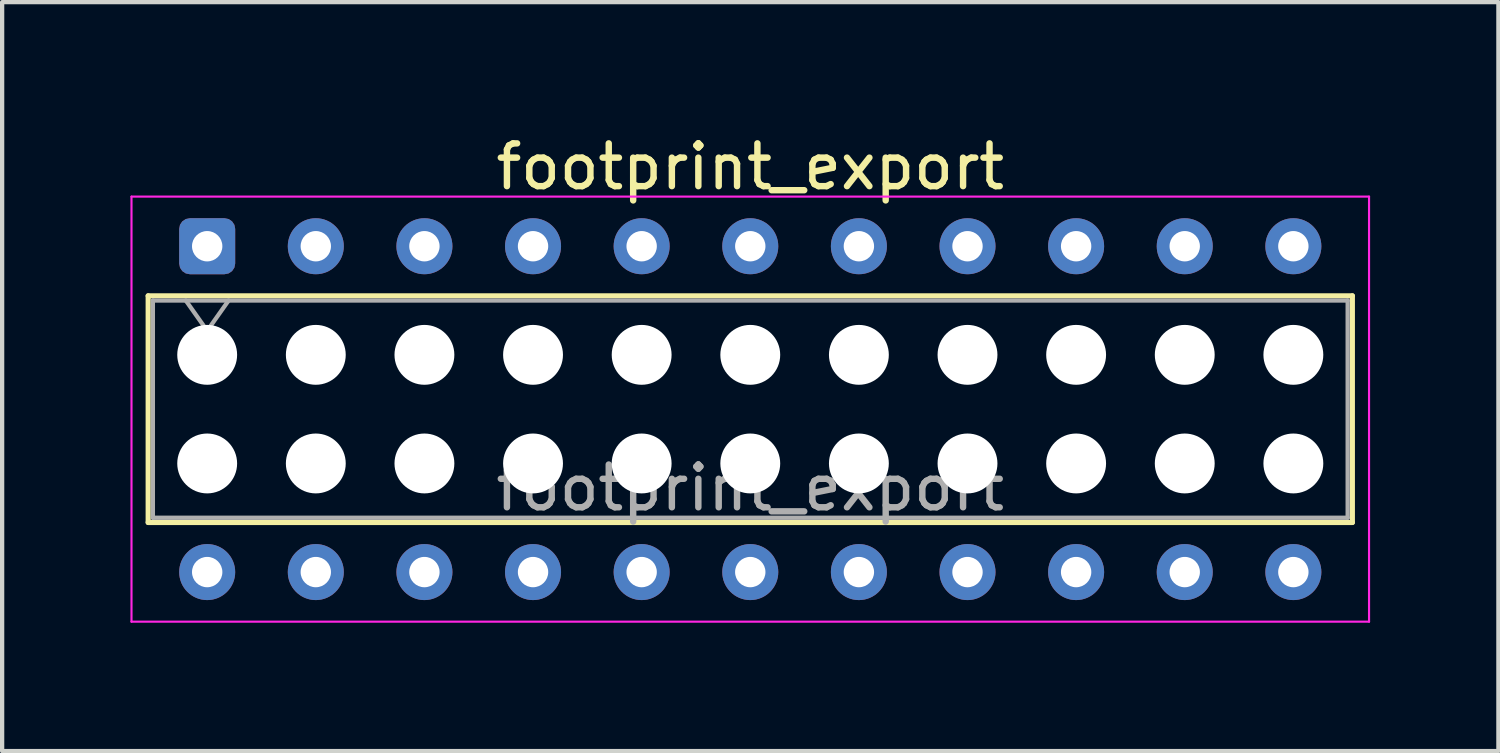
<source format=kicad_pcb>
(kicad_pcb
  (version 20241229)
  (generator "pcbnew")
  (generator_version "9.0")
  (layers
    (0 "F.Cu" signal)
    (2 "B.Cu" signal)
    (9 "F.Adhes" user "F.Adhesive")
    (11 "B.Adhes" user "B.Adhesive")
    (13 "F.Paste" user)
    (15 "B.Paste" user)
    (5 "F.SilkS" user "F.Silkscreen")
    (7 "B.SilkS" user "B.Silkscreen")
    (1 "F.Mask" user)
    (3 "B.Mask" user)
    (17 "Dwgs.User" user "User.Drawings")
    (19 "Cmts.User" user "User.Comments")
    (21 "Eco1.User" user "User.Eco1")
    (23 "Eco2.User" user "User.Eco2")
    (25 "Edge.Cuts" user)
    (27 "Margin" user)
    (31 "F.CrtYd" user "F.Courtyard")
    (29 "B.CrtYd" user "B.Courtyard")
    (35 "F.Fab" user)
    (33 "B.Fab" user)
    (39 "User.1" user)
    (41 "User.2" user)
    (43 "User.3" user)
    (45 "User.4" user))
  (footprint "footprint_export"
    (layer "F.Cu")
    (at 1.795 2.708)
    (property "Reference" "footprint_export" (at 12.7 -1.86 0) (layer "F.SilkS") (effects (font (size 1 1) (thickness 0.15))))
    (attr through_hole)
    (fp_line (start -1.38 1.16) (end 26.78 1.16) (stroke (width 0.12) (type solid)) (layer "F.SilkS"))
    (fp_line (start -1.38 6.46) (end -1.38 1.16) (stroke (width 0.12) (type solid)) (layer "F.SilkS"))
    (fp_line (start 26.78 1.16) (end 26.78 6.46) (stroke (width 0.12) (type solid)) (layer "F.SilkS"))
    (fp_line (start 26.78 6.46) (end -1.38 6.46) (stroke (width 0.12) (type solid)) (layer "F.SilkS"))
    (fp_line (start -1.77 -1.16) (end 27.17 -1.16) (stroke (width 0.05) (type solid)) (layer "F.CrtYd"))
    (fp_line (start -1.77 8.78) (end -1.77 -1.16) (stroke (width 0.05) (type solid)) (layer "F.CrtYd"))
    (fp_line (start 27.17 -1.16) (end 27.17 8.78) (stroke (width 0.05) (type solid)) (layer "F.CrtYd"))
    (fp_line (start 27.17 8.78) (end -1.77 8.78) (stroke (width 0.05) (type solid)) (layer "F.CrtYd"))
    (fp_line (start -1.27 1.27) (end 26.67 1.27) (stroke (width 0.1) (type solid)) (layer "F.Fab"))
    (fp_line (start -1.27 6.35) (end -1.27 1.27) (stroke (width 0.1) (type solid)) (layer "F.Fab"))
    (fp_line (start -0.5 1.27) (end 0 1.977) (stroke (width 0.1) (type solid)) (layer "F.Fab"))
    (fp_line (start 0 1.977) (end 0.5 1.27) (stroke (width 0.1) (type solid)) (layer "F.Fab"))
    (fp_line (start 26.67 1.27) (end 26.67 6.35) (stroke (width 0.1) (type solid)) (layer "F.Fab"))
    (fp_line (start 26.67 6.35) (end -1.27 6.35) (stroke (width 0.1) (type solid)) (layer "F.Fab"))
    (fp_text user "${REFERENCE}" (at 12.7 5.65 0) (layer "F.Fab") (effects (font (size 1 1) (thickness 0.15))))
    (pad "" np_thru_hole circle (at 0 2.54) (size 1.4 1.4) (drill 1.4) (layers "*.Cu" "*.Mask"))
    (pad "" np_thru_hole circle (at 0 5.08) (size 1.4 1.4) (drill 1.4) (layers "*.Cu" "*.Mask"))
    (pad "" np_thru_hole circle (at 2.54 2.54) (size 1.4 1.4) (drill 1.4) (layers "*.Cu" "*.Mask"))
    (pad "" np_thru_hole circle (at 2.54 5.08) (size 1.4 1.4) (drill 1.4) (layers "*.Cu" "*.Mask"))
    (pad "" np_thru_hole circle (at 5.08 2.54) (size 1.4 1.4) (drill 1.4) (layers "*.Cu" "*.Mask"))
    (pad "" np_thru_hole circle (at 5.08 5.08) (size 1.4 1.4) (drill 1.4) (layers "*.Cu" "*.Mask"))
    (pad "" np_thru_hole circle (at 7.62 2.54) (size 1.4 1.4) (drill 1.4) (layers "*.Cu" "*.Mask"))
    (pad "" np_thru_hole circle (at 7.62 5.08) (size 1.4 1.4) (drill 1.4) (layers "*.Cu" "*.Mask"))
    (pad "" np_thru_hole circle (at 10.16 2.54) (size 1.4 1.4) (drill 1.4) (layers "*.Cu" "*.Mask"))
    (pad "" np_thru_hole circle (at 10.16 5.08) (size 1.4 1.4) (drill 1.4) (layers "*.Cu" "*.Mask"))
    (pad "" np_thru_hole circle (at 12.7 2.54) (size 1.4 1.4) (drill 1.4) (layers "*.Cu" "*.Mask"))
    (pad "" np_thru_hole circle (at 12.7 5.08) (size 1.4 1.4) (drill 1.4) (layers "*.Cu" "*.Mask"))
    (pad "" np_thru_hole circle (at 15.24 2.54) (size 1.4 1.4) (drill 1.4) (layers "*.Cu" "*.Mask"))
    (pad "" np_thru_hole circle (at 15.24 5.08) (size 1.4 1.4) (drill 1.4) (layers "*.Cu" "*.Mask"))
    (pad "" np_thru_hole circle (at 17.78 2.54) (size 1.4 1.4) (drill 1.4) (layers "*.Cu" "*.Mask"))
    (pad "" np_thru_hole circle (at 17.78 5.08) (size 1.4 1.4) (drill 1.4) (layers "*.Cu" "*.Mask"))
    (pad "" np_thru_hole circle (at 20.32 2.54) (size 1.4 1.4) (drill 1.4) (layers "*.Cu" "*.Mask"))
    (pad "" np_thru_hole circle (at 20.32 5.08) (size 1.4 1.4) (drill 1.4) (layers "*.Cu" "*.Mask"))
    (pad "" np_thru_hole circle (at 22.86 2.54) (size 1.4 1.4) (drill 1.4) (layers "*.Cu" "*.Mask"))
    (pad "" np_thru_hole circle (at 22.86 5.08) (size 1.4 1.4) (drill 1.4) (layers "*.Cu" "*.Mask"))
    (pad "" np_thru_hole circle (at 25.4 2.54) (size 1.4 1.4) (drill 1.4) (layers "*.Cu" "*.Mask"))
    (pad "" np_thru_hole circle (at 25.4 5.08) (size 1.4 1.4) (drill 1.4) (layers "*.Cu" "*.Mask"))
    (pad "1" thru_hole roundrect (at 0 0) (size 1.31 1.31) (drill 0.71) (layers "*.Cu" "*.Mask") (roundrect_rratio 0.191))
    (pad "2" thru_hole circle (at 0 7.62) (size 1.31 1.31) (drill 0.71) (layers "*.Cu" "*.Mask"))
    (pad "3" thru_hole circle (at 2.54 0) (size 1.31 1.31) (drill 0.71) (layers "*.Cu" "*.Mask"))
    (pad "4" thru_hole circle (at 2.54 7.62) (size 1.31 1.31) (drill 0.71) (layers "*.Cu" "*.Mask"))
    (pad "5" thru_hole circle (at 5.08 0) (size 1.31 1.31) (drill 0.71) (layers "*.Cu" "*.Mask"))
    (pad "6" thru_hole circle (at 5.08 7.62) (size 1.31 1.31) (drill 0.71) (layers "*.Cu" "*.Mask"))
    (pad "7" thru_hole circle (at 7.62 0) (size 1.31 1.31) (drill 0.71) (layers "*.Cu" "*.Mask"))
    (pad "8" thru_hole circle (at 7.62 7.62) (size 1.31 1.31) (drill 0.71) (layers "*.Cu" "*.Mask"))
    (pad "9" thru_hole circle (at 10.16 0) (size 1.31 1.31) (drill 0.71) (layers "*.Cu" "*.Mask"))
    (pad "10" thru_hole circle (at 10.16 7.62) (size 1.31 1.31) (drill 0.71) (layers "*.Cu" "*.Mask"))
    (pad "11" thru_hole circle (at 12.7 0) (size 1.31 1.31) (drill 0.71) (layers "*.Cu" "*.Mask"))
    (pad "12" thru_hole circle (at 12.7 7.62) (size 1.31 1.31) (drill 0.71) (layers "*.Cu" "*.Mask"))
    (pad "13" thru_hole circle (at 15.24 0) (size 1.31 1.31) (drill 0.71) (layers "*.Cu" "*.Mask"))
    (pad "14" thru_hole circle (at 15.24 7.62) (size 1.31 1.31) (drill 0.71) (layers "*.Cu" "*.Mask"))
    (pad "15" thru_hole circle (at 17.78 0) (size 1.31 1.31) (drill 0.71) (layers "*.Cu" "*.Mask"))
    (pad "16" thru_hole circle (at 17.78 7.62) (size 1.31 1.31) (drill 0.71) (layers "*.Cu" "*.Mask"))
    (pad "17" thru_hole circle (at 20.32 0) (size 1.31 1.31) (drill 0.71) (layers "*.Cu" "*.Mask"))
    (pad "18" thru_hole circle (at 20.32 7.62) (size 1.31 1.31) (drill 0.71) (layers "*.Cu" "*.Mask"))
    (pad "19" thru_hole circle (at 22.86 0) (size 1.31 1.31) (drill 0.71) (layers "*.Cu" "*.Mask"))
    (pad "20" thru_hole circle (at 22.86 7.62) (size 1.31 1.31) (drill 0.71) (layers "*.Cu" "*.Mask"))
    (pad "21" thru_hole circle (at 25.4 0) (size 1.31 1.31) (drill 0.71) (layers "*.Cu" "*.Mask"))
    (pad "22" thru_hole circle (at 25.4 7.62) (size 1.31 1.31) (drill 0.71) (layers "*.Cu" "*.Mask")))
  (gr_rect
    (start -3 -3)
    (end 31.99 14.513)
    (stroke (width 0.1) (type default))
    (fill no)
    (layer "Edge.Cuts")))
</source>
